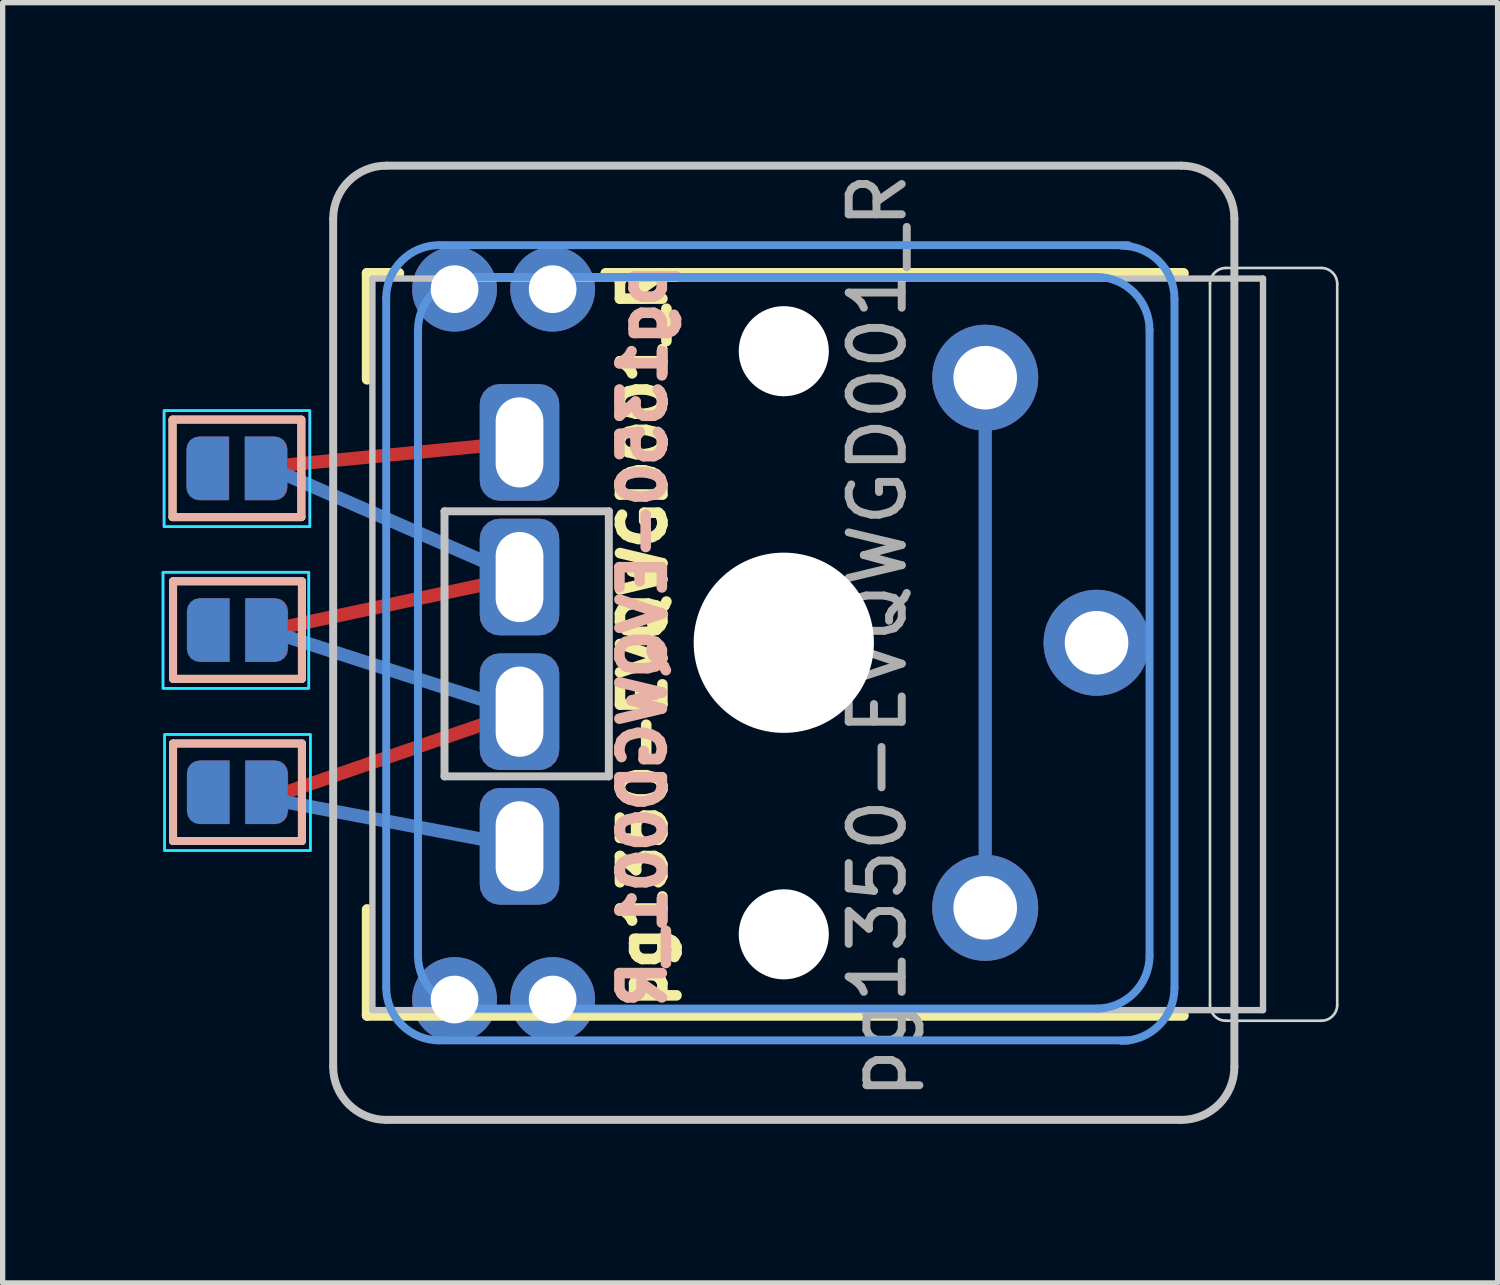
<source format=kicad_pcb>
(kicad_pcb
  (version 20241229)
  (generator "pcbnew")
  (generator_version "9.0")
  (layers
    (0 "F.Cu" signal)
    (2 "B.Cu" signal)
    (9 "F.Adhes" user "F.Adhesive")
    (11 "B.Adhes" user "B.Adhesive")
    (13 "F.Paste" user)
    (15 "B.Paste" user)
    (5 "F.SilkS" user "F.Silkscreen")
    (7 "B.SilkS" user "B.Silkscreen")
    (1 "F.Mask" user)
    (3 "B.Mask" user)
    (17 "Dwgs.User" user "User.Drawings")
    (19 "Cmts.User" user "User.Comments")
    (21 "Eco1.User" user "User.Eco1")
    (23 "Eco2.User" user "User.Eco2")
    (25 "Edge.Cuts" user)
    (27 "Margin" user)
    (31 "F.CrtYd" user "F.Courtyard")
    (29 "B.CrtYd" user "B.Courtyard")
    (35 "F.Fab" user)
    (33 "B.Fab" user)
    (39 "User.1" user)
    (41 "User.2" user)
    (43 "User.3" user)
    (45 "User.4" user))
  (footprint "pg1350-EVQWGD001_R"
    (layer "F.Cu")
    (at 10.855 8.945)
    (property "Reference" "pg1350-EVQWGD001_R" (at 2.65 0 270) (layer "F.Fab") (effects (font (size 1 1) (thickness 0.15))))
    (attr through_hole)
    (fp_line (start -10.65 -4.08) (end -8.22 -4.08) (stroke (width 0.15) (type solid)) (layer "F.SilkS"))
    (fp_line (start -10.65 -2.24) (end -10.65 -4.08) (stroke (width 0.15) (type solid)) (layer "F.SilkS"))
    (fp_line (start -10.64 -1.03) (end -8.21 -1.03) (stroke (width 0.15) (type solid)) (layer "F.SilkS"))
    (fp_line (start -10.64 0.81) (end -10.64 -1.03) (stroke (width 0.15) (type solid)) (layer "F.SilkS"))
    (fp_line (start -10.64 2.03) (end -8.21 2.03) (stroke (width 0.15) (type solid)) (layer "F.SilkS"))
    (fp_line (start -10.64 3.87) (end -10.64 2.03) (stroke (width 0.15) (type solid)) (layer "F.SilkS"))
    (fp_line (start -8.22 -4.048) (end -8.22 -2.24) (stroke (width 0.15) (type solid)) (layer "F.SilkS"))
    (fp_line (start -8.22 -2.24) (end -10.65 -2.24) (stroke (width 0.15) (type solid)) (layer "F.SilkS"))
    (fp_line (start -8.21 -0.998) (end -8.21 0.81) (stroke (width 0.15) (type solid)) (layer "F.SilkS"))
    (fp_line (start -8.21 0.81) (end -10.64 0.81) (stroke (width 0.15) (type solid)) (layer "F.SilkS"))
    (fp_line (start -8.21 2.062) (end -8.21 3.87) (stroke (width 0.15) (type solid)) (layer "F.SilkS"))
    (fp_line (start -8.21 3.87) (end -10.64 3.87) (stroke (width 0.15) (type solid)) (layer "F.SilkS"))
    (fp_line (start -6.98 -6.84) (end -6.98 -4.84) (stroke (width 0.2) (type solid)) (layer "F.SilkS"))
    (fp_line (start -6.98 5.16) (end -6.98 7.16) (stroke (width 0.2) (type solid)) (layer "F.SilkS"))
    (fp_line (start -6.98 7.16) (end 8.42 7.16) (stroke (width 0.2) (type solid)) (layer "F.SilkS"))
    (fp_line (start -6.38 -6.84) (end -6.98 -6.84) (stroke (width 0.2) (type solid)) (layer "F.SilkS"))
    (fp_line (start 8.42 -6.84) (end -2.48 -6.84) (stroke (width 0.2) (type solid)) (layer "F.SilkS"))
    (fp_line (start -10.65 -4.048) (end -10.65 -2.24) (stroke (width 0.15) (type solid)) (layer "B.SilkS"))
    (fp_line (start -10.65 -2.24) (end -8.22 -2.24) (stroke (width 0.15) (type solid)) (layer "B.SilkS"))
    (fp_line (start -10.64 -0.998) (end -10.64 0.81) (stroke (width 0.15) (type solid)) (layer "B.SilkS"))
    (fp_line (start -10.64 0.81) (end -8.21 0.81) (stroke (width 0.15) (type solid)) (layer "B.SilkS"))
    (fp_line (start -10.64 2.062) (end -10.64 3.87) (stroke (width 0.15) (type solid)) (layer "B.SilkS"))
    (fp_line (start -10.64 3.87) (end -8.21 3.87) (stroke (width 0.15) (type solid)) (layer "B.SilkS"))
    (fp_line (start -8.22 -4.08) (end -10.65 -4.08) (stroke (width 0.15) (type solid)) (layer "B.SilkS"))
    (fp_line (start -8.22 -2.24) (end -8.22 -4.08) (stroke (width 0.15) (type solid)) (layer "B.SilkS"))
    (fp_line (start -8.21 -1.03) (end -10.64 -1.03) (stroke (width 0.15) (type solid)) (layer "B.SilkS"))
    (fp_line (start -8.21 0.81) (end -8.21 -1.03) (stroke (width 0.15) (type solid)) (layer "B.SilkS"))
    (fp_line (start -8.21 2.03) (end -10.64 2.03) (stroke (width 0.15) (type solid)) (layer "B.SilkS"))
    (fp_line (start -8.21 3.87) (end -8.21 2.03) (stroke (width 0.15) (type solid)) (layer "B.SilkS"))
    (fp_line (start -7.62 8.13) (end -7.62 -7.87) (stroke (width 0.15) (type solid)) (layer "Dwgs.User"))
    (fp_line (start -6.88 -6.74) (end 9.92 -6.74) (stroke (width 0.12) (type solid)) (layer "Dwgs.User"))
    (fp_line (start -6.88 7.06) (end -6.88 -6.74) (stroke (width 0.12) (type solid)) (layer "Dwgs.User"))
    (fp_line (start -6.62 -8.87) (end 8.38 -8.87) (stroke (width 0.15) (type solid)) (layer "Dwgs.User"))
    (fp_line (start -5.52 -2.35) (end -5.52 2.65) (stroke (width 0.15) (type solid)) (layer "Dwgs.User"))
    (fp_line (start -5.52 2.65) (end -2.42 2.65) (stroke (width 0.15) (type solid)) (layer "Dwgs.User"))
    (fp_line (start -2.42 -2.35) (end -5.52 -2.35) (stroke (width 0.15) (type solid)) (layer "Dwgs.User"))
    (fp_line (start -2.42 2.65) (end -2.42 -2.35) (stroke (width 0.15) (type solid)) (layer "Dwgs.User"))
    (fp_line (start 8.38 9.13) (end -6.62 9.13) (stroke (width 0.15) (type solid)) (layer "Dwgs.User"))
    (fp_line (start 9.38 -7.87) (end 9.38 8.13) (stroke (width 0.15) (type solid)) (layer "Dwgs.User"))
    (fp_line (start 9.92 -6.74) (end 9.92 7.06) (stroke (width 0.12) (type solid)) (layer "Dwgs.User"))
    (fp_line (start 9.92 7.06) (end -6.88 7.06) (stroke (width 0.12) (type solid)) (layer "Dwgs.User"))
    (fp_arc (start -7.62 -7.87) (mid -7.327107 -8.577107) (end -6.62 -8.87) (stroke (width 0.15) (type solid)) (layer "Dwgs.User"))
    (fp_arc (start -6.62 9.13) (mid -7.327107 8.837107) (end -7.62 8.13) (stroke (width 0.15) (type solid)) (layer "Dwgs.User"))
    (fp_arc (start 8.38 -8.87) (mid 9.087107 -8.577107) (end 9.38 -7.87) (stroke (width 0.15) (type solid)) (layer "Dwgs.User"))
    (fp_arc (start 9.38 8.13) (mid 9.087107 8.837107) (end 8.38 9.13) (stroke (width 0.15) (type solid)) (layer "Dwgs.User"))
    (fp_line (start -6.62 6.63) (end -6.62 -6.37) (stroke (width 0.15) (type solid)) (layer "Cmts.User"))
    (fp_line (start -6.02 6.03) (end -6.02 -5.77) (stroke (width 0.15) (type solid)) (layer "Cmts.User"))
    (fp_line (start -5.62 -7.37) (end 7.38 -7.37) (stroke (width 0.15) (type solid)) (layer "Cmts.User"))
    (fp_line (start -5.02 -6.77) (end 6.78 -6.77) (stroke (width 0.15) (type solid)) (layer "Cmts.User"))
    (fp_line (start 6.78 7.03) (end -5.02 7.03) (stroke (width 0.15) (type solid)) (layer "Cmts.User"))
    (fp_line (start 7.38 7.63) (end -5.62 7.63) (stroke (width 0.15) (type solid)) (layer "Cmts.User"))
    (fp_line (start 7.78 -5.77) (end 7.78 6.03) (stroke (width 0.15) (type solid)) (layer "Cmts.User"))
    (fp_line (start 8.25 -6.36) (end 8.25 6.64) (stroke (width 0.15) (type solid)) (layer "Cmts.User"))
    (fp_arc (start -6.62 -6.37) (mid -6.327113 -7.077113) (end -5.62 -7.37) (stroke (width 0.15) (type solid)) (layer "Cmts.User"))
    (fp_arc (start -6.02 -5.77) (mid -5.727113 -6.477113) (end -5.02 -6.77) (stroke (width 0.15) (type solid)) (layer "Cmts.User"))
    (fp_arc (start -5.62 7.63) (mid -6.327107 7.337107) (end -6.62 6.63) (stroke (width 0.15) (type solid)) (layer "Cmts.User"))
    (fp_arc (start -5.02 7.03) (mid -5.727107 6.737107) (end -6.02 6.03) (stroke (width 0.15) (type solid)) (layer "Cmts.User"))
    (fp_arc (start 6.78 -6.77) (mid 7.487107 -6.477107) (end 7.78 -5.77) (stroke (width 0.15) (type solid)) (layer "Cmts.User"))
    (fp_arc (start 7.25 -7.36) (mid 7.957107 -7.067107) (end 8.25 -6.36) (stroke (width 0.15) (type solid)) (layer "Cmts.User"))
    (fp_arc (start 7.78 6.03) (mid 7.487107 6.737107) (end 6.78 7.03) (stroke (width 0.15) (type solid)) (layer "Cmts.User"))
    (fp_arc (start 8.25 6.64) (mid 7.957107 7.347107) (end 7.25 7.64) (stroke (width 0.15) (type solid)) (layer "Cmts.User"))
    (fp_line (start -7.37 7.88) (end -7.37 -7.62) (stroke (width 0.15) (type solid)) (layer "Eco2.User"))
    (fp_line (start -6.37 -8.62) (end 8.13 -8.62) (stroke (width 0.15) (type solid)) (layer "Eco2.User"))
    (fp_line (start -6.37 8.88) (end 8.13 8.88) (stroke (width 0.15) (type solid)) (layer "Eco2.User"))
    (fp_line (start 9.13 -7.62) (end 9.13 7.88) (stroke (width 0.15) (type solid)) (layer "Eco2.User"))
    (fp_arc (start -7.37 -7.62) (mid -7.077107 -8.327107) (end -6.37 -8.62) (stroke (width 0.15) (type solid)) (layer "Eco2.User"))
    (fp_arc (start -6.37 8.88) (mid -7.077107 8.587107) (end -7.37 7.88) (stroke (width 0.15) (type solid)) (layer "Eco2.User"))
    (fp_arc (start 8.13 -8.62) (mid 8.837107 -8.327107) (end 9.13 -7.62) (stroke (width 0.15) (type solid)) (layer "Eco2.User"))
    (fp_arc (start 9.13 7.88) (mid 8.837107 8.587107) (end 8.13 8.88) (stroke (width 0.15) (type solid)) (layer "Eco2.User"))
    (fp_line (start 8.92 -6.64) (end 8.92 6.96) (stroke (width 0.05) (type solid)) (layer "Edge.Cuts"))
    (fp_line (start 9.22 7.26) (end 11.02 7.26) (stroke (width 0.05) (type solid)) (layer "Edge.Cuts"))
    (fp_line (start 11.02 -6.94) (end 9.22 -6.94) (stroke (width 0.05) (type solid)) (layer "Edge.Cuts"))
    (fp_line (start 11.32 6.96) (end 11.32 -6.64) (stroke (width 0.05) (type solid)) (layer "Edge.Cuts"))
    (fp_arc (start 8.92 -6.64) (mid 9.007868 -6.852132) (end 9.22 -6.94) (stroke (width 0.05) (type solid)) (layer "Edge.Cuts"))
    (fp_arc (start 9.22 7.26) (mid 9.007868 7.172132) (end 8.92 6.96) (stroke (width 0.05) (type solid)) (layer "Edge.Cuts"))
    (fp_arc (start 11.02 -6.94) (mid 11.232132 -6.852132) (end 11.32 -6.64) (stroke (width 0.05) (type solid)) (layer "Edge.Cuts"))
    (fp_arc (start 11.32 6.96) (mid 11.232132 7.172132) (end 11.02 7.26) (stroke (width 0.05) (type solid)) (layer "Edge.Cuts"))
    (fp_rect (start -10.81 -2.06) (end -8.06 -4.25) (stroke (width 0.05) (type solid)) (fill no) (layer "B.CrtYd"))
    (fp_rect (start -8.08 0.99) (end -10.83 -1.2) (stroke (width 0.05) (type solid)) (fill no) (layer "B.CrtYd"))
    (fp_rect (start -8.05 4.05) (end -10.8 1.86) (stroke (width 0.05) (type solid)) (fill no) (layer "B.CrtYd"))
    (fp_rect (start -10.83 0.99) (end -8.08 -1.2) (stroke (width 0.05) (type solid)) (fill no) (layer "F.CrtYd"))
    (fp_rect (start -10.8 4.05) (end -8.05 1.86) (stroke (width 0.05) (type solid)) (fill no) (layer "F.CrtYd"))
    (fp_rect (start -8.06 -2.06) (end -10.81 -4.25) (stroke (width 0.05) (type solid)) (fill no) (layer "F.CrtYd"))
    (fp_text user "${REFERENCE}" (at -1.77 0 90) (unlocked yes) (layer "F.SilkS") (effects (font (size 0.8 0.8) (thickness 0.2))))
    (fp_text user "${REFERENCE}" (at -1.78 0 90) (unlocked yes) (layer "B.SilkS") (effects (font (size 0.8 0.8) (thickness 0.2)) (justify mirror)))
    (pad "" np_thru_hole circle (at 0.88 -5.37 270) (size 1.7 1.7) (drill 1.7) (layers "*.Cu" "*.Mask"))
    (pad "" np_thru_hole circle (at 0.88 0.13 270) (size 3.4 3.4) (drill 3.4) (layers "*.Cu" "*.Mask"))
    (pad "" np_thru_hole circle (at 0.88 5.63 270) (size 1.7 1.7) (drill 1.7) (layers "*.Cu" "*.Mask"))
    (pad "A" smd roundrect (at -9.98 -3.16) (size 0.8 1.2) (layers "F.Cu" "F.Mask" "F.Paste") (roundrect_rratio 0.3) (chamfer_ratio 0) (chamfer top_right bottom_right))
    (pad "A" smd roundrect (at -9.98 2.95) (size 0.8 1.2) (layers "B.Cu" "B.Mask" "B.Paste") (roundrect_rratio 0.3) (chamfer_ratio 0) (chamfer top_right bottom_right))
    (pad "A_D" smd roundrect (at -8.88 -3.16) (size 0.8 1.2) (layers "F.Cu" "F.Mask" "F.Paste") (roundrect_rratio 0.3) (chamfer_ratio 0) (chamfer top_left bottom_left))
    (pad "A_D" connect custom (at -4.105 -3.65) (size 0.9 0.9) (layers "F.Cu") (options (anchor circle)) (primitives (gr_line (start 0 0) (end -4.75 0.461) (width 0.25))))
    (pad "A_D" thru_hole roundrect (at -4.105 -3.65) (size 1.5 2.2) (drill oval 0.9 1.7) (layers "*.Cu" "*.Mask") (roundrect_rratio 0.25))
    (pad "B" smd roundrect (at -9.98 -0.11) (size 0.8 1.2) (layers "B.Cu" "B.Mask" "B.Paste") (roundrect_rratio 0.3) (chamfer_ratio 0) (chamfer top_right bottom_right))
    (pad "B" smd roundrect (at -9.97 -0.11) (size 0.8 1.2) (layers "F.Cu" "F.Mask" "F.Paste") (roundrect_rratio 0.3) (chamfer_ratio 0) (chamfer top_right bottom_right))
    (pad "B_C" smd roundrect (at -8.89 -3.16) (size 0.8 1.2) (layers "B.Cu" "B.Mask" "B.Paste") (roundrect_rratio 0.3) (chamfer_ratio 0) (chamfer top_left bottom_left))
    (pad "B_C" smd roundrect (at -8.87 -0.11) (size 0.8 1.2) (layers "F.Cu" "F.Mask" "F.Paste") (roundrect_rratio 0.3) (chamfer_ratio 0) (chamfer top_left bottom_left))
    (pad "B_C" connect custom (at -4.105 -1.11) (size 0.9 0.9) (layers "F.Cu") (options (anchor circle)) (primitives (gr_line (start 0 0) (end -4.75 1.01) (width 0.25))))
    (pad "B_C" connect custom (at -4.105 -1.11) (size 0.9 0.9) (layers "B.Cu") (options (anchor circle)) (primitives (gr_line (start 0 0) (end -4.75 -2.079) (width 0.25))))
    (pad "B_C" thru_hole roundrect (at -4.105 -1.11) (size 1.5 2.2) (drill oval 0.9 1.7) (layers "*.Cu" "*.Mask") (roundrect_rratio 0.25))
    (pad "C" smd roundrect (at -9.99 -3.16) (size 0.8 1.2) (layers "B.Cu" "B.Mask" "B.Paste") (roundrect_rratio 0.3) (chamfer_ratio 0) (chamfer top_right bottom_right))
    (pad "C" smd roundrect (at -9.97 2.95) (size 0.8 1.2) (layers "F.Cu" "F.Mask" "F.Paste") (roundrect_rratio 0.3) (chamfer_ratio 0) (chamfer top_right bottom_right))
    (pad "C_B" smd roundrect (at -8.88 -0.11) (size 0.8 1.2) (layers "B.Cu" "B.Mask" "B.Paste") (roundrect_rratio 0.3) (chamfer_ratio 0) (chamfer top_left bottom_left))
    (pad "C_B" smd roundrect (at -8.87 2.95) (size 0.8 1.2) (layers "F.Cu" "F.Mask" "F.Paste") (roundrect_rratio 0.3) (chamfer_ratio 0) (chamfer top_left bottom_left))
    (pad "C_B" connect custom (at -4.105 1.43) (size 0.9 0.9) (layers "F.Cu") (options (anchor circle)) (primitives (gr_line (start 0 0) (end -4.75 1.64) (width 0.25))))
    (pad "C_B" connect custom (at -4.105 1.43) (size 0.9 0.9) (layers "B.Cu") (options (anchor circle)) (primitives (gr_line (start 0 0) (end -4.75 -1.53) (width 0.25))))
    (pad "C_B" thru_hole roundrect (at -4.105 1.43) (size 1.5 2.2) (drill oval 0.9 1.7) (layers "*.Cu" "*.Mask") (roundrect_rratio 0.25))
    (pad "D_A" smd roundrect (at -8.88 2.95) (size 0.8 1.2) (layers "B.Cu" "B.Mask" "B.Paste") (roundrect_rratio 0.3) (chamfer_ratio 0) (chamfer top_left bottom_left))
    (pad "D_A" connect custom (at -4.105 3.97) (size 0.9 0.9) (layers "B.Cu") (options (anchor circle)) (primitives (gr_line (start 0 0) (end -4.75 -0.9) (width 0.25))))
    (pad "D_A" thru_hole roundrect (at -4.105 3.97) (size 1.5 2.2) (drill oval 0.9 1.7) (layers "*.Cu" "*.Mask") (roundrect_rratio 0.25))
    (pad "S1" thru_hole circle (at -5.33 -6.54) (size 1.6 1.6) (drill 0.9) (layers "*.Cu" "F.Mask"))
    (pad "S1" thru_hole circle (at -5.33 6.86 180) (size 1.6 1.6) (drill 0.9) (layers "*.Cu" "B.Mask"))
    (pad "S1" thru_hole circle (at 6.78 0.13 270) (size 2 2) (drill 1.2) (layers "*.Cu" "*.Mask"))
    (pad "S2" thru_hole circle (at -3.48 -6.54) (size 1.6 1.6) (drill 0.9) (layers "*.Cu" "F.Mask"))
    (pad "S2" thru_hole circle (at -3.48 6.86 180) (size 1.6 1.6) (drill 0.9) (layers "*.Cu" "B.Mask"))
    (pad "S2" connect custom (at 4.68 -4.87 270) (size 0.9 0.9) (layers "B.Cu") (options (anchor circle)) (primitives (gr_line (start 0 0) (end 10 0) (width 0.25))))
    (pad "S2" thru_hole circle (at 4.68 -4.87 270) (size 2 2) (drill 1.2) (layers "*.Cu" "F.Mask"))
    (pad "S2" thru_hole circle (at 4.68 5.13 270) (size 2 2) (drill 1.2) (layers "*.Cu" "B.Mask")))
  (gr_rect
    (start -3 -3)
    (end 25.2 21.15)
    (stroke (width 0.1) (type default))
    (fill no)
    (layer "Edge.Cuts")))
</source>
